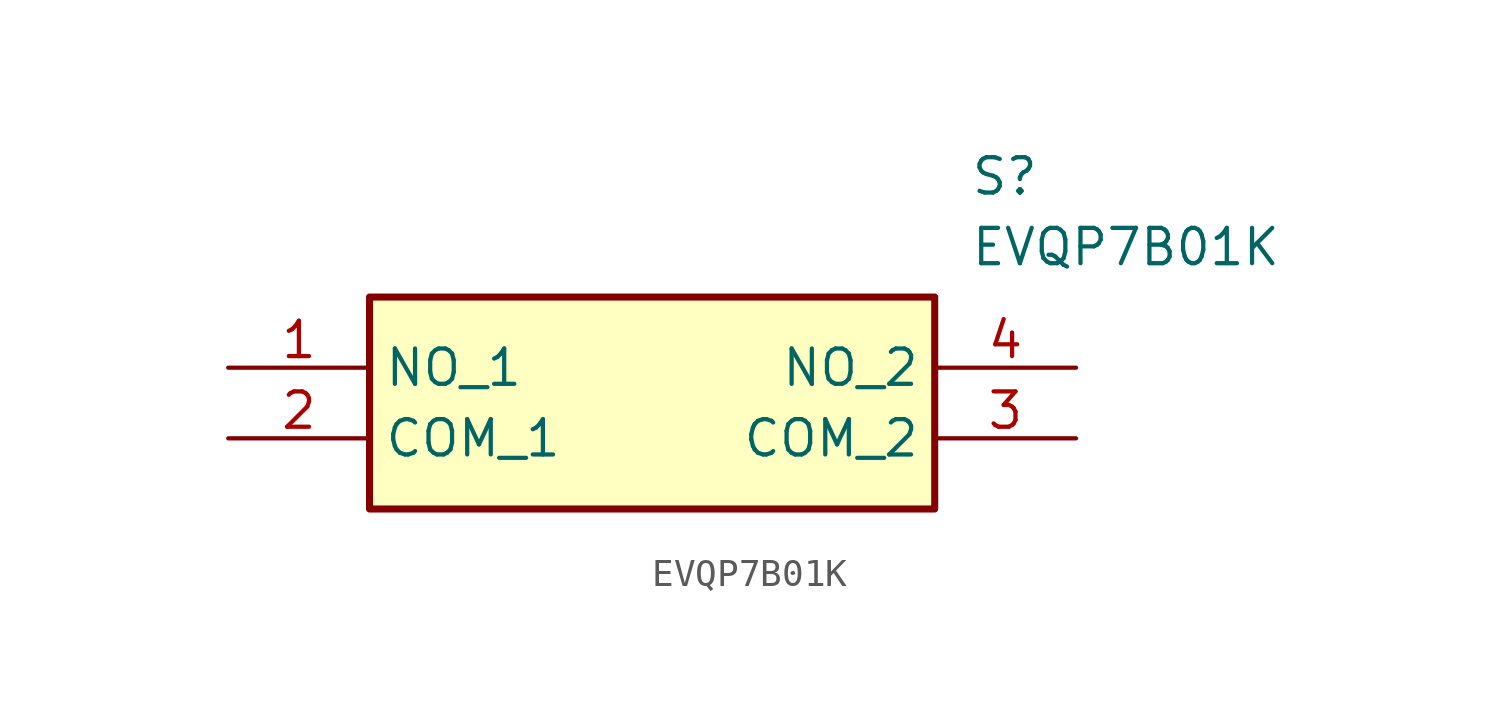
<source format=kicad_sym>
(kicad_symbol_lib
  (version 20211014)
  (generator SamacSys_ECAD_Model)
  (symbol "EVQP7B01K"
    (property "Reference" "S"
      (at 26.67 7.62 0)
      (effects (font (size 1.27 1.27)) (justify left top)))
    (property "Value" "EVQP7B01K"
      (at 26.67 5.08 0)
      (effects (font (size 1.27 1.27)) (justify left top)))
    (rectangle
      (start 5.08 2.54)
      (end 25.4 -5.08)
      (stroke (width 0.254) (type default))
      (fill (type background)))
    (pin passive line
      (at 0 0 0)
      (length 5.08)
      (name "NO_1" (effects (font (size 1.27 1.27))))
      (number "1" (effects (font (size 1.27 1.27)))))
    (pin passive line
      (at 0 -2.54 0)
      (length 5.08)
      (name "COM_1" (effects (font (size 1.27 1.27))))
      (number "2" (effects (font (size 1.27 1.27)))))
    (pin passive line
      (at 30.48 -2.54 180)
      (length 5.08)
      (name "COM_2" (effects (font (size 1.27 1.27))))
      (number "3" (effects (font (size 1.27 1.27)))))
    (pin passive line
      (at 30.48 0 180)
      (length 5.08)
      (name "NO_2" (effects (font (size 1.27 1.27))))
      (number "4" (effects (font (size 1.27 1.27)))))))
</source>
